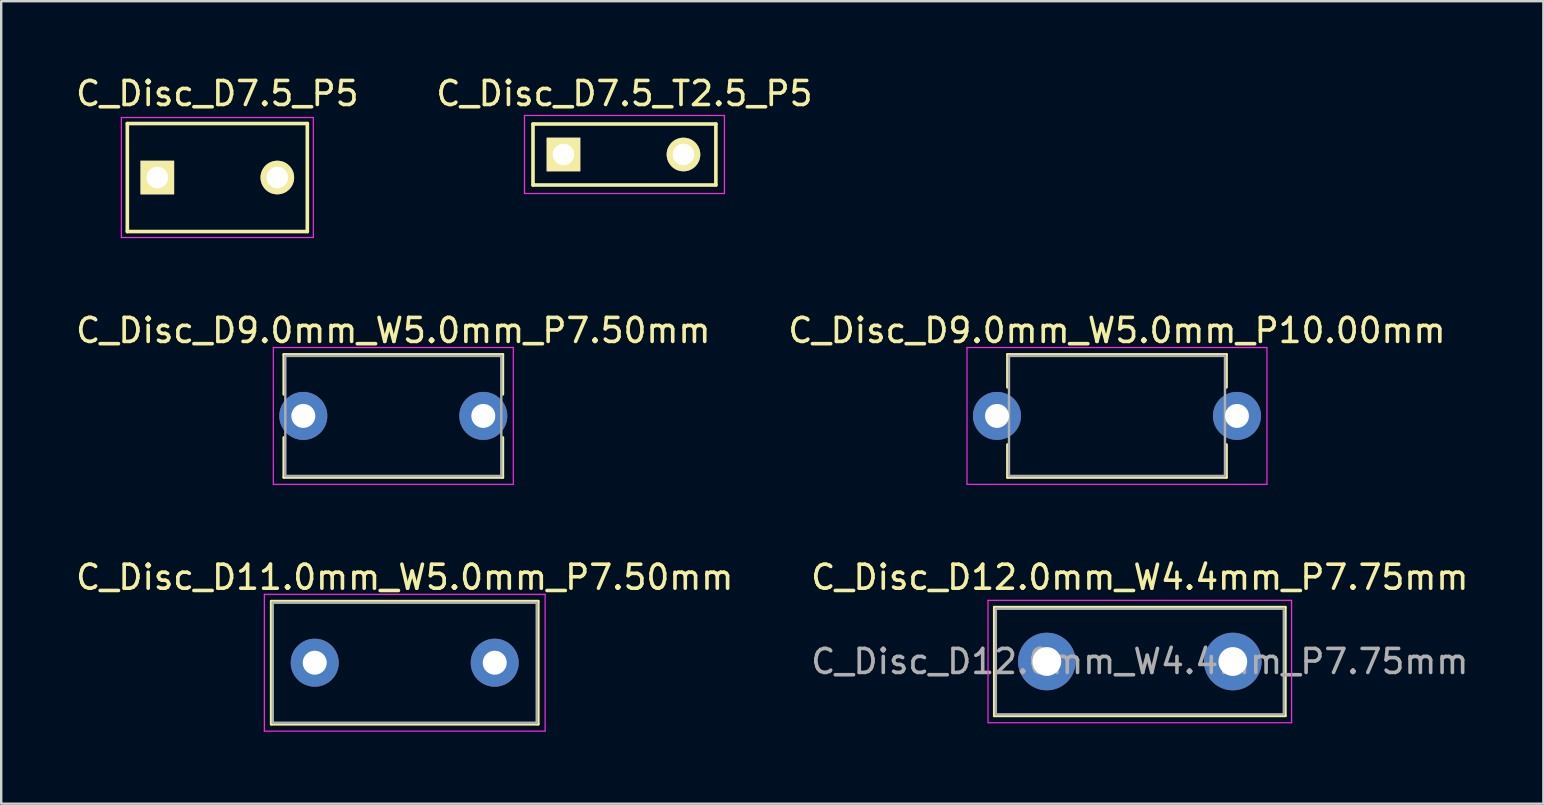
<source format=kicad_pcb>
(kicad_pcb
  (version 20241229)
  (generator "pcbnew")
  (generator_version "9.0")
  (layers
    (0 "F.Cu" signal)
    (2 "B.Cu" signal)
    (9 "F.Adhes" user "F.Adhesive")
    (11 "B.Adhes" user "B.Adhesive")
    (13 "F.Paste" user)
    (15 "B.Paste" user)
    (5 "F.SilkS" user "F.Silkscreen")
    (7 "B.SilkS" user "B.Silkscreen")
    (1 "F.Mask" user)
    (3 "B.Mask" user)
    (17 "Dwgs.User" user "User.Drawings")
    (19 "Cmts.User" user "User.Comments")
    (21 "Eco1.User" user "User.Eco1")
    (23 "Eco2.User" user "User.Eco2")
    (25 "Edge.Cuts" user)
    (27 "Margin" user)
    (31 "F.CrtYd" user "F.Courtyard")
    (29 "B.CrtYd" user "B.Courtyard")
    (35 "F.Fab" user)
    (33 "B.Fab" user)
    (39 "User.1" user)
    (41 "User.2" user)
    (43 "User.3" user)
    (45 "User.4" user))
  (footprint "C_Disc_D7.5_T2.5_P5"
    (layer "F.Cu")
    (at 20.43 3.388)
    (property "Reference" "C_Disc_D7.5_T2.5_P5" (at 2.54 -2.54 0) (layer "F.SilkS") (effects (font (size 1 1) (thickness 0.15))))
    (attr through_hole)
    (fp_line (start -1.27 -1.27) (end 6.35 -1.27) (stroke (width 0.15) (type solid)) (layer "F.SilkS"))
    (fp_line (start -1.27 1.27) (end -1.27 -1.27) (stroke (width 0.15) (type solid)) (layer "F.SilkS"))
    (fp_line (start 6.35 -1.27) (end 6.35 1.27) (stroke (width 0.15) (type solid)) (layer "F.SilkS"))
    (fp_line (start 6.35 1.27) (end -1.27 1.27) (stroke (width 0.15) (type solid)) (layer "F.SilkS"))
    (fp_line (start -1.626 -1.626) (end 6.706 -1.626) (stroke (width 0.05) (type solid)) (layer "F.CrtYd"))
    (fp_line (start -1.626 1.626) (end -1.626 -1.626) (stroke (width 0.05) (type solid)) (layer "F.CrtYd"))
    (fp_line (start 6.706 -1.626) (end 6.706 1.626) (stroke (width 0.05) (type solid)) (layer "F.CrtYd"))
    (fp_line (start 6.706 1.626) (end -1.626 1.626) (stroke (width 0.05) (type solid)) (layer "F.CrtYd"))
    (pad "1" thru_hole rect (at 0 0) (size 1.4 1.4) (drill 0.9) (layers "*.Cu" "*.Mask" "F.SilkS"))
    (pad "2" thru_hole circle (at 5 0) (size 1.4 1.4) (drill 0.9) (layers "*.Cu" "*.Mask" "F.SilkS")))
  (footprint "C_Disc_D7.5_P5"
    (layer "F.Cu")
    (at 3.506 4.348)
    (property "Reference" "C_Disc_D7.5_P5" (at 2.5 -3.5 0) (layer "F.SilkS") (effects (font (size 1 1) (thickness 0.15))))
    (attr through_hole)
    (fp_line (start -1.25 -2.25) (end 6.25 -2.25) (stroke (width 0.15) (type solid)) (layer "F.SilkS"))
    (fp_line (start -1.25 2.25) (end -1.25 -2.25) (stroke (width 0.15) (type solid)) (layer "F.SilkS"))
    (fp_line (start 6.25 -2.25) (end 6.25 2.25) (stroke (width 0.15) (type solid)) (layer "F.SilkS"))
    (fp_line (start 6.25 2.25) (end -1.25 2.25) (stroke (width 0.15) (type solid)) (layer "F.SilkS"))
    (fp_line (start -1.5 -2.5) (end 6.5 -2.5) (stroke (width 0.05) (type solid)) (layer "F.CrtYd"))
    (fp_line (start -1.5 2.5) (end -1.5 -2.5) (stroke (width 0.05) (type solid)) (layer "F.CrtYd"))
    (fp_line (start 6.5 -2.5) (end 6.5 2.5) (stroke (width 0.05) (type solid)) (layer "F.CrtYd"))
    (fp_line (start 6.5 2.5) (end -1.5 2.5) (stroke (width 0.05) (type solid)) (layer "F.CrtYd"))
    (pad "1" thru_hole rect (at 0 0) (size 1.4 1.4) (drill 0.9) (layers "*.Cu" "*.Mask" "F.SilkS"))
    (pad "2" thru_hole circle (at 5 0) (size 1.4 1.4) (drill 0.9) (layers "*.Cu" "*.Mask" "F.SilkS")))
  (footprint "C_Disc_D11.0mm_W5.0mm_P7.50mm"
    (layer "F.Cu")
    (at 10.065 24.565)
    (property "Reference" "C_Disc_D11.0mm_W5.0mm_P7.50mm" (at 3.75 -3.56 0) (layer "F.SilkS") (effects (font (size 1 1) (thickness 0.15))))
    (attr through_hole)
    (fp_line (start -1.81 -2.56) (end -1.81 2.56) (stroke (width 0.12) (type solid)) (layer "F.SilkS"))
    (fp_line (start -1.81 -2.56) (end 9.31 -2.56) (stroke (width 0.12) (type solid)) (layer "F.SilkS"))
    (fp_line (start -1.81 2.56) (end 9.31 2.56) (stroke (width 0.12) (type solid)) (layer "F.SilkS"))
    (fp_line (start 9.31 -2.56) (end 9.31 2.56) (stroke (width 0.12) (type solid)) (layer "F.SilkS"))
    (fp_line (start -2.1 -2.85) (end -2.1 2.85) (stroke (width 0.05) (type solid)) (layer "F.CrtYd"))
    (fp_line (start -2.1 2.85) (end 9.6 2.85) (stroke (width 0.05) (type solid)) (layer "F.CrtYd"))
    (fp_line (start 9.6 -2.85) (end -2.1 -2.85) (stroke (width 0.05) (type solid)) (layer "F.CrtYd"))
    (fp_line (start 9.6 2.85) (end 9.6 -2.85) (stroke (width 0.05) (type solid)) (layer "F.CrtYd"))
    (fp_line (start -1.75 -2.5) (end -1.75 2.5) (stroke (width 0.1) (type solid)) (layer "F.Fab"))
    (fp_line (start -1.75 2.5) (end 9.25 2.5) (stroke (width 0.1) (type solid)) (layer "F.Fab"))
    (fp_line (start 9.25 -2.5) (end -1.75 -2.5) (stroke (width 0.1) (type solid)) (layer "F.Fab"))
    (fp_line (start 9.25 2.5) (end 9.25 -2.5) (stroke (width 0.1) (type solid)) (layer "F.Fab"))
    (pad "1" thru_hole circle (at 0 0) (size 2 2) (drill 1) (layers "*.Cu" "*.Mask"))
    (pad "2" thru_hole circle (at 7.5 0) (size 2 2) (drill 1) (layers "*.Cu" "*.Mask")))
  (footprint "C_Disc_D9.0mm_W5.0mm_P7.50mm"
    (layer "F.Cu")
    (at 9.589 14.281)
    (property "Reference" "C_Disc_D9.0mm_W5.0mm_P7.50mm" (at 3.75 -3.56 0) (layer "F.SilkS") (effects (font (size 1 1) (thickness 0.15))))
    (attr through_hole)
    (fp_line (start -0.81 -2.56) (end -0.81 -0.901) (stroke (width 0.12) (type solid)) (layer "F.SilkS"))
    (fp_line (start -0.81 -2.56) (end 8.31 -2.56) (stroke (width 0.12) (type solid)) (layer "F.SilkS"))
    (fp_line (start -0.81 0.901) (end -0.81 2.56) (stroke (width 0.12) (type solid)) (layer "F.SilkS"))
    (fp_line (start -0.81 2.56) (end 8.31 2.56) (stroke (width 0.12) (type solid)) (layer "F.SilkS"))
    (fp_line (start 8.31 -2.56) (end 8.31 -0.901) (stroke (width 0.12) (type solid)) (layer "F.SilkS"))
    (fp_line (start 8.31 0.901) (end 8.31 2.56) (stroke (width 0.12) (type solid)) (layer "F.SilkS"))
    (fp_line (start -1.25 -2.85) (end -1.25 2.85) (stroke (width 0.05) (type solid)) (layer "F.CrtYd"))
    (fp_line (start -1.25 2.85) (end 8.75 2.85) (stroke (width 0.05) (type solid)) (layer "F.CrtYd"))
    (fp_line (start 8.75 -2.85) (end -1.25 -2.85) (stroke (width 0.05) (type solid)) (layer "F.CrtYd"))
    (fp_line (start 8.75 2.85) (end 8.75 -2.85) (stroke (width 0.05) (type solid)) (layer "F.CrtYd"))
    (fp_line (start -0.75 -2.5) (end -0.75 2.5) (stroke (width 0.1) (type solid)) (layer "F.Fab"))
    (fp_line (start -0.75 2.5) (end 8.25 2.5) (stroke (width 0.1) (type solid)) (layer "F.Fab"))
    (fp_line (start 8.25 -2.5) (end -0.75 -2.5) (stroke (width 0.1) (type solid)) (layer "F.Fab"))
    (fp_line (start 8.25 2.5) (end 8.25 -2.5) (stroke (width 0.1) (type solid)) (layer "F.Fab"))
    (pad "1" thru_hole circle (at 0 0) (size 2 2) (drill 1) (layers "*.Cu" "*.Mask"))
    (pad "2" thru_hole circle (at 7.5 0) (size 2 2) (drill 1) (layers "*.Cu" "*.Mask")))
  (footprint "C_Disc_D9.0mm_W5.0mm_P10.00mm"
    (layer "F.Cu")
    (at 38.494 14.281)
    (property "Reference" "C_Disc_D9.0mm_W5.0mm_P10.00mm" (at 5 -3.56 0) (layer "F.SilkS") (effects (font (size 1 1) (thickness 0.15))))
    (attr through_hole)
    (fp_line (start 0.44 -2.56) (end 0.44 -1.195) (stroke (width 0.12) (type solid)) (layer "F.SilkS"))
    (fp_line (start 0.44 -2.56) (end 9.56 -2.56) (stroke (width 0.12) (type solid)) (layer "F.SilkS"))
    (fp_line (start 0.44 1.195) (end 0.44 2.56) (stroke (width 0.12) (type solid)) (layer "F.SilkS"))
    (fp_line (start 0.44 2.56) (end 9.56 2.56) (stroke (width 0.12) (type solid)) (layer "F.SilkS"))
    (fp_line (start 9.56 -2.56) (end 9.56 -1.195) (stroke (width 0.12) (type solid)) (layer "F.SilkS"))
    (fp_line (start 9.56 1.195) (end 9.56 2.56) (stroke (width 0.12) (type solid)) (layer "F.SilkS"))
    (fp_line (start -1.25 -2.85) (end -1.25 2.85) (stroke (width 0.05) (type solid)) (layer "F.CrtYd"))
    (fp_line (start -1.25 2.85) (end 11.25 2.85) (stroke (width 0.05) (type solid)) (layer "F.CrtYd"))
    (fp_line (start 11.25 -2.85) (end -1.25 -2.85) (stroke (width 0.05) (type solid)) (layer "F.CrtYd"))
    (fp_line (start 11.25 2.85) (end 11.25 -2.85) (stroke (width 0.05) (type solid)) (layer "F.CrtYd"))
    (fp_line (start 0.5 -2.5) (end 0.5 2.5) (stroke (width 0.1) (type solid)) (layer "F.Fab"))
    (fp_line (start 0.5 2.5) (end 9.5 2.5) (stroke (width 0.1) (type solid)) (layer "F.Fab"))
    (fp_line (start 9.5 -2.5) (end 0.5 -2.5) (stroke (width 0.1) (type solid)) (layer "F.Fab"))
    (fp_line (start 9.5 2.5) (end 9.5 -2.5) (stroke (width 0.1) (type solid)) (layer "F.Fab"))
    (pad "1" thru_hole circle (at 0 0) (size 2 2) (drill 1) (layers "*.Cu" "*.Mask"))
    (pad "2" thru_hole circle (at 10 0) (size 2 2) (drill 1) (layers "*.Cu" "*.Mask")))
  (footprint "C_Disc_D12.0mm_W4.4mm_P7.75mm"
    (layer "F.Cu")
    (at 40.571 24.515)
    (property "Reference" "C_Disc_D12.0mm_W4.4mm_P7.75mm" (at 3.875 -3.51 0) (layer "F.SilkS") (effects (font (size 1 1) (thickness 0.15))))
    (attr through_hole)
    (fp_line (start -2.185 -2.26) (end -2.185 2.26) (stroke (width 0.12) (type solid)) (layer "F.SilkS"))
    (fp_line (start -2.185 -2.26) (end 9.935 -2.26) (stroke (width 0.12) (type solid)) (layer "F.SilkS"))
    (fp_line (start -2.185 2.26) (end 9.935 2.26) (stroke (width 0.12) (type solid)) (layer "F.SilkS"))
    (fp_line (start 9.935 -2.26) (end 9.935 2.26) (stroke (width 0.12) (type solid)) (layer "F.SilkS"))
    (fp_line (start -2.45 -2.55) (end -2.45 2.55) (stroke (width 0.05) (type solid)) (layer "F.CrtYd"))
    (fp_line (start -2.45 2.55) (end 10.2 2.55) (stroke (width 0.05) (type solid)) (layer "F.CrtYd"))
    (fp_line (start 10.2 -2.55) (end -2.45 -2.55) (stroke (width 0.05) (type solid)) (layer "F.CrtYd"))
    (fp_line (start 10.2 2.55) (end 10.2 -2.55) (stroke (width 0.05) (type solid)) (layer "F.CrtYd"))
    (fp_line (start -2.125 -2.2) (end -2.125 2.2) (stroke (width 0.1) (type solid)) (layer "F.Fab"))
    (fp_line (start -2.125 2.2) (end 9.875 2.2) (stroke (width 0.1) (type solid)) (layer "F.Fab"))
    (fp_line (start 9.875 -2.2) (end -2.125 -2.2) (stroke (width 0.1) (type solid)) (layer "F.Fab"))
    (fp_line (start 9.875 2.2) (end 9.875 -2.2) (stroke (width 0.1) (type solid)) (layer "F.Fab"))
    (fp_text user "${REFERENCE}" (at 3.875 0 0) (layer "F.Fab") (effects (font (size 1 1) (thickness 0.15))))
    (pad "1" thru_hole circle (at 0 0) (size 2.4 2.4) (drill 1.2) (layers "*.Cu" "*.Mask"))
    (pad "2" thru_hole circle (at 7.75 0) (size 2.4 2.4) (drill 1.2) (layers "*.Cu" "*.Mask")))
  (gr_rect
    (start -3 -3)
    (end 61.262 30.44)
    (stroke (width 0.1) (type default))
    (fill no)
    (layer "Edge.Cuts")))
</source>
